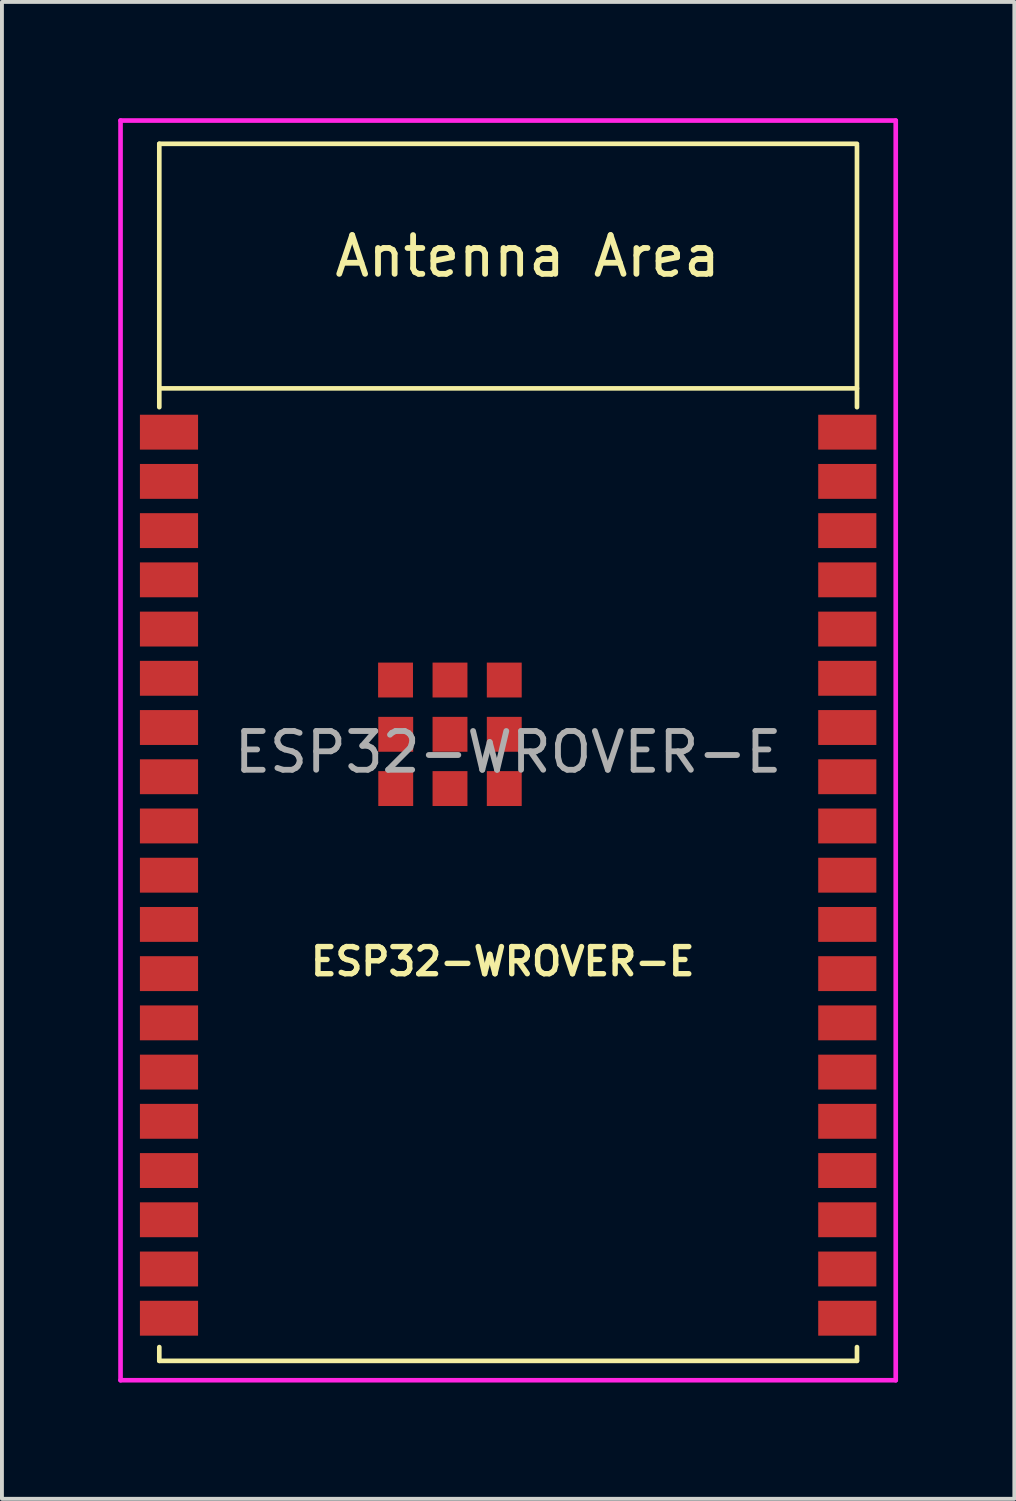
<source format=kicad_pcb>
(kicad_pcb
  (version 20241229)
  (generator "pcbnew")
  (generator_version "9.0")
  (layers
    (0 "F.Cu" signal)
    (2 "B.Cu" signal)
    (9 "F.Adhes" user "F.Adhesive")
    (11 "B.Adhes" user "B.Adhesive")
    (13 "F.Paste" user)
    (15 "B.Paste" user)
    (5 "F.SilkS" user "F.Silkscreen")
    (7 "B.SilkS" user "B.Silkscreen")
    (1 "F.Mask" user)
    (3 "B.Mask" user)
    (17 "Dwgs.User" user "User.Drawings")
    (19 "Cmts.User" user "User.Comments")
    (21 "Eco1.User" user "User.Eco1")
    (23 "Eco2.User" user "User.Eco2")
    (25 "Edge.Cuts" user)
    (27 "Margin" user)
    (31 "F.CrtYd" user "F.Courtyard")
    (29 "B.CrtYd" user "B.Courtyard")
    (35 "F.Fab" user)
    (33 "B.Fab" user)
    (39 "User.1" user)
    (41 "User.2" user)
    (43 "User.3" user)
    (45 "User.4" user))
  (footprint "ESP32-WROVER-E"
    (layer "F.Cu")
    (at 10.06 16.355)
    (property "Reference" "ESP32-WROVER-E" (at -0.14 5.4 0) (layer "F.SilkS") (effects (font (size 0.7 0.7) (thickness 0.14) (bold yes))))
    (attr smd)
    (fp_line (start -9 -15.695) (end -9 -8.9) (stroke (width 0.12) (type solid)) (layer "F.SilkS"))
    (fp_line (start -9 -9.385) (end 9 -9.385) (stroke (width 0.12) (type solid)) (layer "F.SilkS"))
    (fp_line (start -9 15.705) (end -9 15.35) (stroke (width 0.12) (type solid)) (layer "F.SilkS"))
    (fp_line (start -9 15.705) (end 9 15.705) (stroke (width 0.12) (type solid)) (layer "F.SilkS"))
    (fp_line (start 9 -15.695) (end -9 -15.695) (stroke (width 0.12) (type solid)) (layer "F.SilkS"))
    (fp_line (start 9 -15.65) (end 9 -8.9) (stroke (width 0.12) (type solid)) (layer "F.SilkS"))
    (fp_line (start 9 15.705) (end 9 15.35) (stroke (width 0.12) (type solid)) (layer "F.SilkS"))
    (fp_line (start -9 -15.695) (end -9 15.705) (stroke (width 0.12) (type solid)) (layer "Eco2.User"))
    (fp_line (start -9 -9.385) (end 9 -9.385) (stroke (width 0.12) (type solid)) (layer "Eco2.User"))
    (fp_line (start -9 15.705) (end 9 15.705) (stroke (width 0.12) (type solid)) (layer "Eco2.User"))
    (fp_line (start 9 -15.695) (end -9 -15.695) (stroke (width 0.12) (type solid)) (layer "Eco2.User"))
    (fp_line (start 9 15.705) (end 9 -15.695) (stroke (width 0.12) (type solid)) (layer "Eco2.User"))
    (fp_line (start -10 -16.295) (end 10 -16.295) (stroke (width 0.12) (type solid)) (layer "F.CrtYd"))
    (fp_line (start -10 16.205) (end -10 -16.295) (stroke (width 0.12) (type solid)) (layer "F.CrtYd"))
    (fp_line (start 10 -16.295) (end 10 16.205) (stroke (width 0.12) (type solid)) (layer "F.CrtYd"))
    (fp_line (start 10 16.205) (end -10 16.205) (stroke (width 0.12) (type solid)) (layer "F.CrtYd"))
    (fp_text user "Antenna Area" (at 0.5 -12.795 0) (unlocked yes) (layer "F.SilkS") (effects (font (size 1 1) (thickness 0.15))))
    (fp_text user "${REFERENCE}" (at 0 0 0) (layer "F.Fab") (effects (font (size 1 1) (thickness 0.15))))
    (pad "1" smd rect (at -8.75 -8.255) (size 1.5 0.9) (layers "F.Cu" "F.Mask" "F.Paste"))
    (pad "2" smd rect (at -8.75 -6.985) (size 1.5 0.9) (layers "F.Cu" "F.Mask" "F.Paste"))
    (pad "3" smd rect (at -8.75 -5.715) (size 1.5 0.9) (layers "F.Cu" "F.Mask" "F.Paste"))
    (pad "4" smd rect (at -8.75 -4.445) (size 1.5 0.9) (layers "F.Cu" "F.Mask" "F.Paste"))
    (pad "5" smd rect (at -8.75 -3.175) (size 1.5 0.9) (layers "F.Cu" "F.Mask" "F.Paste"))
    (pad "6" smd rect (at -8.75 -1.905) (size 1.5 0.9) (layers "F.Cu" "F.Mask" "F.Paste"))
    (pad "7" smd rect (at -8.75 -0.635) (size 1.5 0.9) (layers "F.Cu" "F.Mask" "F.Paste"))
    (pad "8" smd rect (at -8.75 0.635) (size 1.5 0.9) (layers "F.Cu" "F.Mask" "F.Paste"))
    (pad "9" smd rect (at -8.75 1.905) (size 1.5 0.9) (layers "F.Cu" "F.Mask" "F.Paste"))
    (pad "10" smd rect (at -8.75 3.175) (size 1.5 0.9) (layers "F.Cu" "F.Mask" "F.Paste"))
    (pad "11" smd rect (at -8.75 4.445) (size 1.5 0.9) (layers "F.Cu" "F.Mask" "F.Paste"))
    (pad "12" smd rect (at -8.75 5.715) (size 1.5 0.9) (layers "F.Cu" "F.Mask" "F.Paste"))
    (pad "13" smd rect (at -8.75 6.985) (size 1.5 0.9) (layers "F.Cu" "F.Mask" "F.Paste"))
    (pad "14" smd rect (at -8.75 8.255) (size 1.5 0.9) (layers "F.Cu" "F.Mask" "F.Paste"))
    (pad "15" smd rect (at -8.75 9.525) (size 1.5 0.9) (layers "F.Cu" "F.Mask" "F.Paste"))
    (pad "16" smd rect (at -8.75 10.795) (size 1.5 0.9) (layers "F.Cu" "F.Mask" "F.Paste"))
    (pad "17" smd rect (at -8.75 12.065) (size 1.5 0.9) (layers "F.Cu" "F.Mask" "F.Paste"))
    (pad "18" smd rect (at -8.75 13.335) (size 1.5 0.9) (layers "F.Cu" "F.Mask" "F.Paste"))
    (pad "19" smd rect (at -8.75 14.605) (size 1.5 0.9) (layers "F.Cu" "F.Mask" "F.Paste"))
    (pad "20" smd rect (at 8.75 14.605) (size 1.5 0.9) (layers "F.Cu" "F.Mask" "F.Paste"))
    (pad "21" smd rect (at 8.75 13.335) (size 1.5 0.9) (layers "F.Cu" "F.Mask" "F.Paste"))
    (pad "22" smd rect (at 8.75 12.065) (size 1.5 0.9) (layers "F.Cu" "F.Mask" "F.Paste"))
    (pad "23" smd rect (at 8.75 10.795) (size 1.5 0.9) (layers "F.Cu" "F.Mask" "F.Paste"))
    (pad "24" smd rect (at 8.75 9.525) (size 1.5 0.9) (layers "F.Cu" "F.Mask" "F.Paste"))
    (pad "25" smd rect (at 8.75 8.255) (size 1.5 0.9) (layers "F.Cu" "F.Mask" "F.Paste"))
    (pad "26" smd rect (at 8.75 6.985) (size 1.5 0.9) (layers "F.Cu" "F.Mask" "F.Paste"))
    (pad "27" smd rect (at 8.75 5.715) (size 1.5 0.9) (layers "F.Cu" "F.Mask" "F.Paste"))
    (pad "28" smd rect (at 8.75 4.445) (size 1.5 0.9) (layers "F.Cu" "F.Mask" "F.Paste"))
    (pad "29" smd rect (at 8.75 3.175) (size 1.5 0.9) (layers "F.Cu" "F.Mask" "F.Paste"))
    (pad "30" smd rect (at 8.75 1.905) (size 1.5 0.9) (layers "F.Cu" "F.Mask" "F.Paste"))
    (pad "31" smd rect (at 8.75 0.635) (size 1.5 0.9) (layers "F.Cu" "F.Mask" "F.Paste"))
    (pad "32" smd rect (at 8.75 -0.635) (size 1.5 0.9) (layers "F.Cu" "F.Mask" "F.Paste"))
    (pad "33" smd rect (at 8.75 -1.905) (size 1.5 0.9) (layers "F.Cu" "F.Mask" "F.Paste"))
    (pad "34" smd rect (at 8.75 -3.175) (size 1.5 0.9) (layers "F.Cu" "F.Mask" "F.Paste"))
    (pad "35" smd rect (at 8.75 -4.445) (size 1.5 0.9) (layers "F.Cu" "F.Mask" "F.Paste"))
    (pad "36" smd rect (at 8.75 -5.715) (size 1.5 0.9) (layers "F.Cu" "F.Mask" "F.Paste"))
    (pad "37" smd rect (at 8.75 -6.985) (size 1.5 0.9) (layers "F.Cu" "F.Mask" "F.Paste"))
    (pad "38" smd rect (at 8.75 -8.255) (size 1.5 0.9) (layers "F.Cu" "F.Mask" "F.Paste"))
    (pad "39" smd rect (at -2.905 -1.86) (size 0.9 0.9) (layers "F.Cu" "F.Mask" "F.Paste"))
    (pad "39" smd rect (at -2.9 -0.46) (size 0.9 0.9) (layers "F.Cu" "F.Mask" "F.Paste"))
    (pad "39" smd rect (at -2.9 0.94) (size 0.9 0.9) (layers "F.Cu" "F.Mask" "F.Paste"))
    (pad "39" smd rect (at -1.5 -1.86) (size 0.9 0.9) (layers "F.Cu" "F.Mask" "F.Paste"))
    (pad "39" smd rect (at -1.5 -0.46) (size 0.9 0.9) (layers "F.Cu" "F.Mask" "F.Paste"))
    (pad "39" smd rect (at -1.5 0.94) (size 0.9 0.9) (layers "F.Cu" "F.Mask" "F.Paste"))
    (pad "39" smd rect (at -0.1 -1.86) (size 0.9 0.9) (layers "F.Cu" "F.Mask" "F.Paste"))
    (pad "39" smd rect (at -0.1 -0.46) (size 0.9 0.9) (layers "F.Cu" "F.Mask" "F.Paste"))
    (pad "39" smd rect (at -0.1 0.94) (size 0.9 0.9) (layers "F.Cu" "F.Mask" "F.Paste"))
    (zone (net_name "") (layers "F.Cu" "B.Cu") (name "antenna keepout") (hatch edge 0.508) (connect_pads) (min_thickness 0.254) (filled_areas_thickness no) (keepout (tracks not_allowed) (vias not_allowed) (pads not_allowed) (copperpour not_allowed) (footprints not_allowed)) (placement (enabled no)) (fill) (polygon (pts (xy 19.06 6.96) (xy 1.06 6.96) (xy 1.06 0.66) (xy 19.06 0.66)))))
  (gr_rect
    (start -3 -3)
    (end 23.12 35.62)
    (stroke (width 0.1) (type default))
    (fill no)
    (layer "Edge.Cuts")))
</source>
